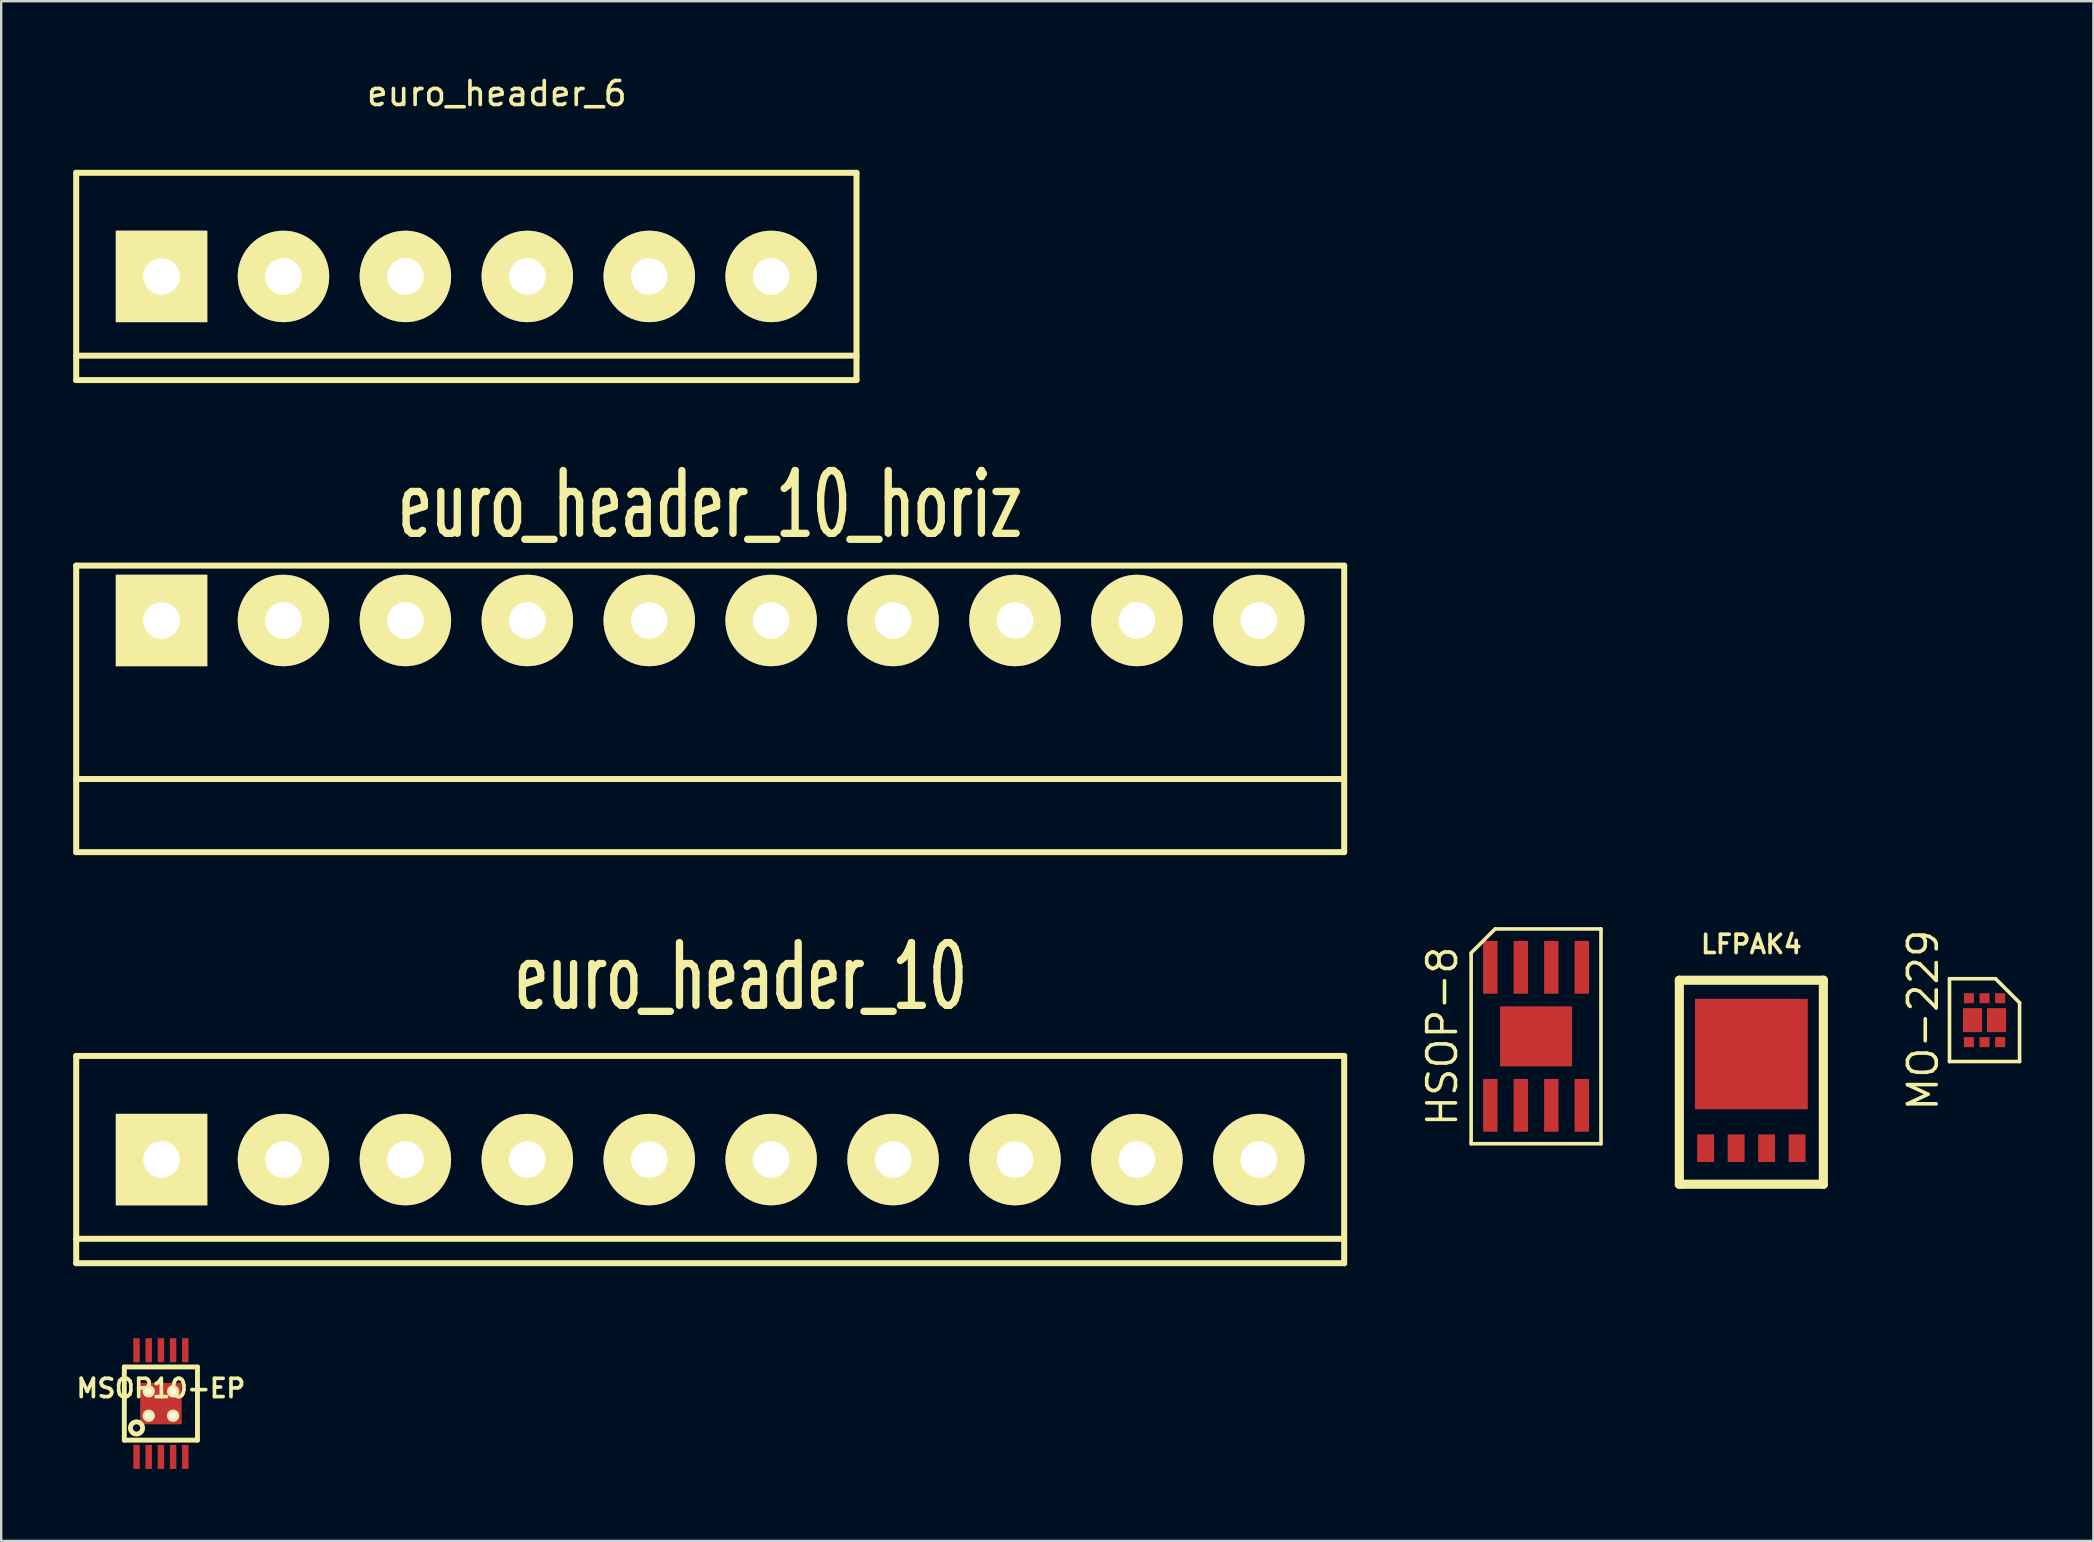
<source format=kicad_pcb>
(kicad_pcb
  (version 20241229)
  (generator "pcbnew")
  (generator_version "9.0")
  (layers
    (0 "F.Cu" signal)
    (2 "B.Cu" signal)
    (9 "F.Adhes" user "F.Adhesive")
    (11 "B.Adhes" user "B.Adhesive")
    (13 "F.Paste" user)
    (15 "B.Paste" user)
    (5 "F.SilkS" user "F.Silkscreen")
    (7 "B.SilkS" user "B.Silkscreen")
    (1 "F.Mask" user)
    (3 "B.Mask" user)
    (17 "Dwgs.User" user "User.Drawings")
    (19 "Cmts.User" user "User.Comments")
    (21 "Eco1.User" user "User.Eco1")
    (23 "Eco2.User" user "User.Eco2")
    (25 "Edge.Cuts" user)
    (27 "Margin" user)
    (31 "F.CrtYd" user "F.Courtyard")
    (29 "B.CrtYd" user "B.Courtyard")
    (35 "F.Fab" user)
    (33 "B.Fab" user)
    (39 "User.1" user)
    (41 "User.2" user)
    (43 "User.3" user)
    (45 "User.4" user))
  (footprint "HSOP-8"
    (layer "F.Cu")
    (at 60.952 40.13)
    (property "Reference" "HSOP-8" (at -3.905 0 90) (layer "F.SilkS") (effects (font (size 1.2 1.2) (thickness 0.15))))
    (attr through_hole)
    (fp_line (start -2.705 -3.475) (end -2.705 4.475) (stroke (width 0.15) (type solid)) (layer "F.SilkS"))
    (fp_line (start -2.705 4.475) (end 2.705 4.475) (stroke (width 0.15) (type solid)) (layer "F.SilkS"))
    (fp_line (start -1.705 -4.475) (end -2.705 -3.475) (stroke (width 0.15) (type solid)) (layer "F.SilkS"))
    (fp_line (start 2.705 -4.475) (end -1.705 -4.475) (stroke (width 0.15) (type solid)) (layer "F.SilkS"))
    (fp_line (start 2.705 4.475) (end 2.705 -4.475) (stroke (width 0.15) (type solid)) (layer "F.SilkS"))
    (pad "1" smd rect (at -1.905 2.875) (size 0.6 2.2) (layers "F.Cu" "F.Mask" "F.Paste"))
    (pad "2" smd rect (at -0.635 2.875) (size 0.6 2.2) (layers "F.Cu" "F.Mask" "F.Paste"))
    (pad "3" smd rect (at 0.635 2.875) (size 0.6 2.2) (layers "F.Cu" "F.Mask" "F.Paste"))
    (pad "4" smd rect (at 1.905 2.875) (size 0.6 2.2) (layers "F.Cu" "F.Mask" "F.Paste"))
    (pad "5" smd rect (at 1.905 -2.875) (size 0.6 2.2) (layers "F.Cu" "F.Mask" "F.Paste"))
    (pad "6" smd rect (at 0.635 -2.875) (size 0.6 2.2) (layers "F.Cu" "F.Mask" "F.Paste"))
    (pad "7" smd rect (at -0.635 -2.875) (size 0.6 2.2) (layers "F.Cu" "F.Mask" "F.Paste"))
    (pad "8" smd rect (at -1.905 -2.875) (size 0.6 2.2) (layers "F.Cu" "F.Mask" "F.Paste"))
    (pad "9" smd rect (at 0 0) (size 3 2.5) (layers "F.Cu" "F.Mask" "F.Paste")))
  (footprint "euro_header_6"
    (layer "F.Cu")
    (at 16.381 8.468)
    (property "Reference" "euro_header_6" (at 1.27 -7.62 0) (layer "F.SilkS") (effects (font (size 1 1) (thickness 0.15))))
    (attr through_hole)
    (fp_line (start -16.256 -4.318) (end -16.256 4.318) (stroke (width 0.25) (type solid)) (layer "F.SilkS"))
    (fp_line (start -16.256 3.302) (end 16.256 3.302) (stroke (width 0.25) (type solid)) (layer "F.SilkS"))
    (fp_line (start -16.256 4.318) (end 16.256 4.318) (stroke (width 0.25) (type solid)) (layer "F.SilkS"))
    (fp_line (start 16.256 -4.318) (end -16.256 -4.318) (stroke (width 0.25) (type solid)) (layer "F.SilkS"))
    (fp_line (start 16.256 4.318) (end 16.256 -4.318) (stroke (width 0.25) (type solid)) (layer "F.SilkS"))
    (pad "1" thru_hole rect (at -12.7 0) (size 3.81 3.81) (drill 1.524) (layers "*.Cu" "*.Mask" "F.SilkS"))
    (pad "2" thru_hole circle (at -7.62 0) (size 3.81 3.81) (drill 1.524) (layers "*.Cu" "*.Mask" "F.SilkS"))
    (pad "3" thru_hole circle (at -2.54 0) (size 3.81 3.81) (drill 1.524) (layers "*.Cu" "*.Mask" "F.SilkS"))
    (pad "4" thru_hole circle (at 2.54 0) (size 3.81 3.81) (drill 1.524) (layers "*.Cu" "*.Mask" "F.SilkS"))
    (pad "5" thru_hole circle (at 7.62 0) (size 3.81 3.81) (drill 1.524) (layers "*.Cu" "*.Mask" "F.SilkS"))
    (pad "6" thru_hole circle (at 12.7 0) (size 3.81 3.81) (drill 1.524) (layers "*.Cu" "*.Mask" "F.SilkS")))
  (footprint "euro_header_10_horiz"
    (layer "F.Cu")
    (at 26.541 22.803)
    (property "Reference" "euro_header_10_horiz" (at 0 -4.826 0) (layer "F.SilkS") (effects (font (size 2.616 1.598) (thickness 0.305))))
    (attr through_hole)
    (fp_line (start -26.416 -2.286) (end -26.416 9.652) (stroke (width 0.25) (type solid)) (layer "F.SilkS"))
    (fp_line (start -26.416 -2.286) (end 26.416 -2.286) (stroke (width 0.25) (type solid)) (layer "F.SilkS"))
    (fp_line (start -26.416 6.604) (end 26.416 6.604) (stroke (width 0.25) (type solid)) (layer "F.SilkS"))
    (fp_line (start -26.416 9.652) (end 26.416 9.652) (stroke (width 0.25) (type solid)) (layer "F.SilkS"))
    (fp_line (start 26.416 9.652) (end 26.416 -2.286) (stroke (width 0.25) (type solid)) (layer "F.SilkS"))
    (pad "1" thru_hole rect (at -22.86 0) (size 3.81 3.81) (drill 1.524) (layers "*.Cu" "*.Mask" "F.SilkS"))
    (pad "2" thru_hole circle (at -17.78 0) (size 3.81 3.81) (drill 1.524) (layers "*.Cu" "*.Mask" "F.SilkS"))
    (pad "3" thru_hole circle (at -12.7 0) (size 3.81 3.81) (drill 1.524) (layers "*.Cu" "*.Mask" "F.SilkS"))
    (pad "4" thru_hole circle (at -7.62 0) (size 3.81 3.81) (drill 1.524) (layers "*.Cu" "*.Mask" "F.SilkS"))
    (pad "5" thru_hole circle (at -2.54 0) (size 3.81 3.81) (drill 1.524) (layers "*.Cu" "*.Mask" "F.SilkS"))
    (pad "6" thru_hole circle (at 2.54 0) (size 3.81 3.81) (drill 1.524) (layers "*.Cu" "*.Mask" "F.SilkS"))
    (pad "7" thru_hole circle (at 7.62 0) (size 3.81 3.81) (drill 1.524) (layers "*.Cu" "*.Mask" "F.SilkS"))
    (pad "8" thru_hole circle (at 12.7 0) (size 3.81 3.81) (drill 1.524) (layers "*.Cu" "*.Mask" "F.SilkS"))
    (pad "9" thru_hole circle (at 17.78 0) (size 3.81 3.81) (drill 1.524) (layers "*.Cu" "*.Mask" "F.SilkS"))
    (pad "10" thru_hole circle (at 22.86 0) (size 3.81 3.81) (drill 1.524) (layers "*.Cu" "*.Mask" "F.SilkS")))
  (footprint "MO-229"
    (layer "F.Cu")
    (at 79.738 39.456)
    (property "Reference" "MO-229" (at -2.66 0 90) (layer "F.SilkS") (effects (font (size 1.2 1.2) (thickness 0.15))))
    (attr through_hole)
    (fp_line (start -1.56 -1.725) (end 0.36 -1.725) (stroke (width 0.15) (type solid)) (layer "F.SilkS"))
    (fp_line (start -1.56 1.725) (end -1.56 -1.725) (stroke (width 0.15) (type solid)) (layer "F.SilkS"))
    (fp_line (start 0.36 -1.725) (end 1.36 -0.725) (stroke (width 0.15) (type solid)) (layer "F.SilkS"))
    (fp_line (start 1.36 -0.725) (end 1.36 1.725) (stroke (width 0.15) (type solid)) (layer "F.SilkS"))
    (fp_line (start 1.36 1.725) (end -1.56 1.725) (stroke (width 0.15) (type solid)) (layer "F.SilkS"))
    (pad "1" smd rect (at 0.55 -0.915) (size 0.42 0.42) (layers "F.Cu" "F.Mask" "F.Paste"))
    (pad "2" smd rect (at -0.1 -0.915) (size 0.42 0.42) (layers "F.Cu" "F.Mask" "F.Paste"))
    (pad "3" smd rect (at -0.75 -0.915) (size 0.42 0.42) (layers "F.Cu" "F.Mask" "F.Paste"))
    (pad "4" smd rect (at -0.75 0.915) (size 0.42 0.42) (layers "F.Cu" "F.Mask" "F.Paste"))
    (pad "5" smd rect (at -0.1 0.915) (size 0.42 0.42) (layers "F.Cu" "F.Mask" "F.Paste"))
    (pad "6" smd rect (at 0.55 0.915) (size 0.42 0.42) (layers "F.Cu" "F.Mask" "F.Paste"))
    (pad "7" smd rect (at 0.4 0) (size 0.8 1) (layers "F.Cu" "F.Mask" "F.Paste"))
    (pad "8" smd rect (at -0.6 0) (size 0.8 1) (layers "F.Cu" "F.Mask" "F.Paste")))
  (footprint "LFPAK4"
    (layer "F.Cu")
    (at 69.922 44.792)
    (property "Reference" "LFPAK4" (at 0 -8.499 0) (layer "F.SilkS") (effects (font (size 0.762 0.762) (thickness 0.152))))
    (attr smd)
    (fp_line (start -3 -7) (end -3 1.501) (stroke (width 0.381) (type solid)) (layer "F.SilkS"))
    (fp_line (start -3 1.501) (end 3 1.501) (stroke (width 0.381) (type solid)) (layer "F.SilkS"))
    (fp_line (start 3 -7) (end -3 -7) (stroke (width 0.381) (type solid)) (layer "F.SilkS"))
    (fp_line (start 3 1.501) (end 3 -7) (stroke (width 0.381) (type solid)) (layer "F.SilkS"))
    (pad "1" smd rect (at -1.905 0) (size 0.701 1.151) (layers "F.Cu" "F.Mask" "F.Paste"))
    (pad "2" smd rect (at -0.635 0) (size 0.701 1.151) (layers "F.Cu" "F.Mask" "F.Paste"))
    (pad "3" smd rect (at 0.635 0) (size 0.701 1.151) (layers "F.Cu" "F.Mask" "F.Paste"))
    (pad "4" smd rect (at 1.905 0) (size 0.701 1.151) (layers "F.Cu" "F.Mask" "F.Paste"))
    (pad "5" smd rect (at 0 -3.924) (size 4.699 4.6) (layers "F.Cu" "F.Mask" "F.Paste")))
  (footprint "MSOP10-EP"
    (layer "F.Cu")
    (at 3.654 55.431)
    (property "Reference" "MSOP10-EP" (at 0 -0.635 0) (layer "F.SilkS") (effects (font (size 0.762 0.762) (thickness 0.152))))
    (attr smd)
    (fp_line (start -1.524 -1.524) (end 1.524 -1.524) (stroke (width 0.203) (type solid)) (layer "F.SilkS"))
    (fp_line (start -1.524 1.524) (end -1.524 -1.524) (stroke (width 0.203) (type solid)) (layer "F.SilkS"))
    (fp_line (start 1.524 -1.524) (end 1.524 1.524) (stroke (width 0.203) (type solid)) (layer "F.SilkS"))
    (fp_line (start 1.524 1.524) (end -1.524 1.524) (stroke (width 0.203) (type solid)) (layer "F.SilkS"))
    (fp_circle (center -1.016 1.016) (end -1.016 0.762) (stroke (width 0.203) (type solid)) (fill no) (layer "F.SilkS"))
    (pad "1" smd rect (at -1.016 2.223) (size 0.269 1.001) (layers "F.Cu" "F.Mask" "F.Paste"))
    (pad "2" smd rect (at -0.508 2.223) (size 0.269 1.001) (layers "F.Cu" "F.Mask" "F.Paste"))
    (pad "3" smd rect (at 0 2.223) (size 0.269 1.001) (layers "F.Cu" "F.Mask" "F.Paste"))
    (pad "4" smd rect (at 0.508 2.223) (size 0.269 1.001) (layers "F.Cu" "F.Mask" "F.Paste"))
    (pad "5" smd rect (at 1.016 2.223) (size 0.269 1.001) (layers "F.Cu" "F.Mask" "F.Paste"))
    (pad "6" smd rect (at 1.016 -2.223) (size 0.269 1.001) (layers "F.Cu" "F.Mask" "F.Paste"))
    (pad "7" smd rect (at 0.508 -2.223) (size 0.269 1.001) (layers "F.Cu" "F.Mask" "F.Paste"))
    (pad "8" smd rect (at 0 -2.223) (size 0.269 1.001) (layers "F.Cu" "F.Mask" "F.Paste"))
    (pad "9" smd rect (at -0.508 -2.223) (size 0.269 1.001) (layers "F.Cu" "F.Mask" "F.Paste"))
    (pad "10" smd rect (at -1.016 -2.223) (size 0.269 1.001) (layers "F.Cu" "F.Mask" "F.Paste"))
    (pad "11" thru_hole circle (at -0.508 -0.508) (size 0.508 0.508) (drill 0.254) (layers "*.Cu" "*.Mask" "F.SilkS"))
    (pad "11" thru_hole circle (at -0.508 0.508) (size 0.508 0.508) (drill 0.254) (layers "*.Cu" "*.Mask" "F.SilkS"))
    (pad "11" smd rect (at 0 0) (size 1.727 1.727) (layers "F.Cu" "F.Mask" "F.Paste"))
    (pad "11" thru_hole circle (at 0.508 -0.508) (size 0.508 0.508) (drill 0.254) (layers "*.Cu" "*.Mask" "F.SilkS"))
    (pad "11" thru_hole circle (at 0.508 0.508) (size 0.508 0.508) (drill 0.254) (layers "*.Cu" "*.Mask" "F.SilkS")))
  (footprint "euro_header_10"
    (layer "F.Cu")
    (at 26.541 45.265)
    (property "Reference" "euro_header_10" (at 1.27 -7.62 0) (layer "F.SilkS") (effects (font (size 2.616 1.598) (thickness 0.305))))
    (attr through_hole)
    (fp_line (start -26.416 -4.318) (end -26.416 4.318) (stroke (width 0.25) (type solid)) (layer "F.SilkS"))
    (fp_line (start -26.416 3.302) (end 26.416 3.302) (stroke (width 0.25) (type solid)) (layer "F.SilkS"))
    (fp_line (start -26.416 4.318) (end 26.416 4.318) (stroke (width 0.25) (type solid)) (layer "F.SilkS"))
    (fp_line (start 26.416 -4.318) (end -26.416 -4.318) (stroke (width 0.25) (type solid)) (layer "F.SilkS"))
    (fp_line (start 26.416 4.318) (end 26.416 -4.318) (stroke (width 0.25) (type solid)) (layer "F.SilkS"))
    (pad "1" thru_hole rect (at -22.86 0) (size 3.81 3.81) (drill 1.524) (layers "*.Cu" "*.Mask" "F.SilkS"))
    (pad "2" thru_hole circle (at -17.78 0) (size 3.81 3.81) (drill 1.524) (layers "*.Cu" "*.Mask" "F.SilkS"))
    (pad "3" thru_hole circle (at -12.7 0) (size 3.81 3.81) (drill 1.524) (layers "*.Cu" "*.Mask" "F.SilkS"))
    (pad "4" thru_hole circle (at -7.62 0) (size 3.81 3.81) (drill 1.524) (layers "*.Cu" "*.Mask" "F.SilkS"))
    (pad "5" thru_hole circle (at -2.54 0) (size 3.81 3.81) (drill 1.524) (layers "*.Cu" "*.Mask" "F.SilkS"))
    (pad "6" thru_hole circle (at 2.54 0) (size 3.81 3.81) (drill 1.524) (layers "*.Cu" "*.Mask" "F.SilkS"))
    (pad "7" thru_hole circle (at 7.62 0) (size 3.81 3.81) (drill 1.524) (layers "*.Cu" "*.Mask" "F.SilkS"))
    (pad "8" thru_hole circle (at 12.7 0) (size 3.81 3.81) (drill 1.524) (layers "*.Cu" "*.Mask" "F.SilkS"))
    (pad "9" thru_hole circle (at 17.78 0) (size 3.81 3.81) (drill 1.524) (layers "*.Cu" "*.Mask" "F.SilkS"))
    (pad "10" thru_hole circle (at 22.86 0) (size 3.81 3.81) (drill 1.524) (layers "*.Cu" "*.Mask" "F.SilkS")))
  (gr_rect
    (start -3 -3)
    (end 84.173 61.154)
    (stroke (width 0.1) (type default))
    (fill no)
    (layer "Edge.Cuts")))
</source>
